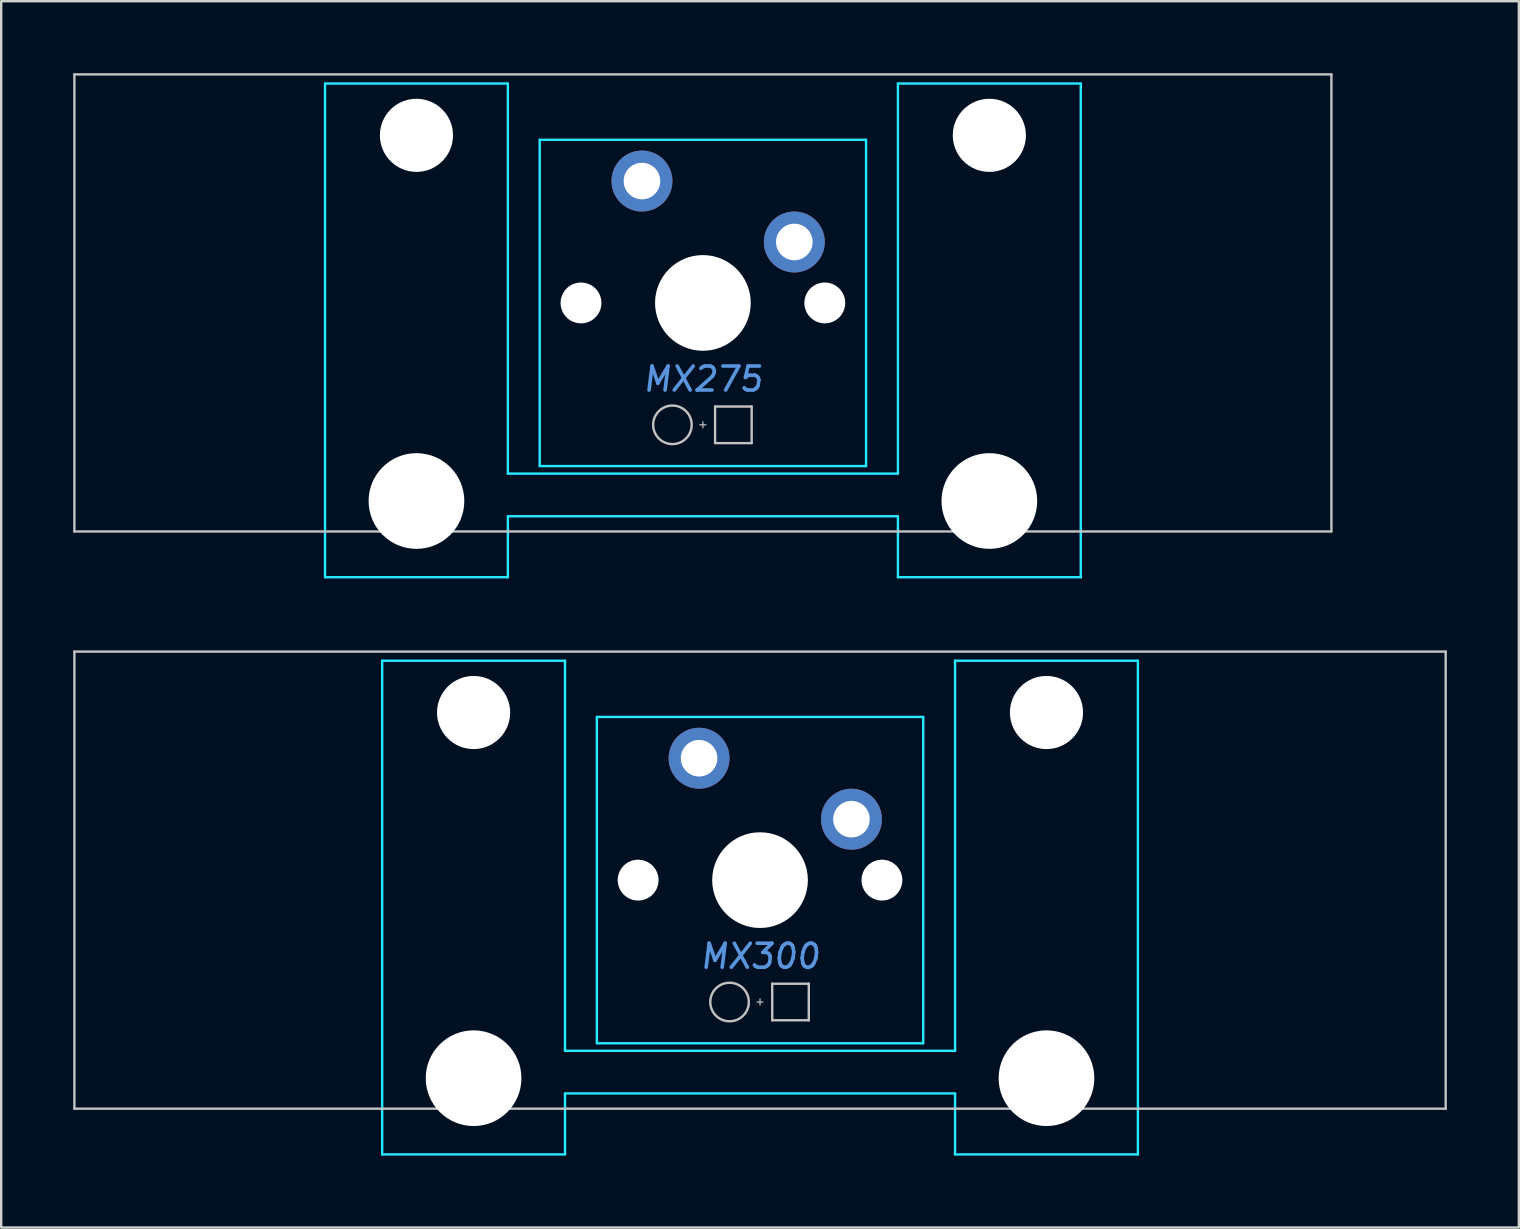
<source format=kicad_pcb>
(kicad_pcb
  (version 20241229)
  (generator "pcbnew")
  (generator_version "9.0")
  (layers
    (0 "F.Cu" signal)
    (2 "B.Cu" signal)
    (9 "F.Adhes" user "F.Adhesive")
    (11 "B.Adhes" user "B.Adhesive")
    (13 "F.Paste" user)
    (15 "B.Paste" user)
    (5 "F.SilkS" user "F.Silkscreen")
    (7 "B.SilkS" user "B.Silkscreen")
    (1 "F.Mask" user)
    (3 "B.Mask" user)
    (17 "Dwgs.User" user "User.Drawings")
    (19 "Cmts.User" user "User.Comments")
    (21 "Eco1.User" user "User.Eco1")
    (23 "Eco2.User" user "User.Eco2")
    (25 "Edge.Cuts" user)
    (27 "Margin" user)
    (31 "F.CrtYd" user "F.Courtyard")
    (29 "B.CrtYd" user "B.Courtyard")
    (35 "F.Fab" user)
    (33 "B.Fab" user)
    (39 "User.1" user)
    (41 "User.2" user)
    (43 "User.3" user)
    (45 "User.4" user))
  (footprint "MX275"
    (layer "F.Cu")
    (at 26.244 9.575)
    (property "Reference" "MX275" (at 0 3.175 0) (layer "Cmts.User") (effects (font (size 1 1) (thickness 0.15) (italic yes))))
    (attr through_hole)
    (fp_line (start -26.194 -9.525) (end -26.194 9.525) (stroke (width 0.1) (type solid)) (layer "Dwgs.User"))
    (fp_line (start -26.194 -9.525) (end 26.194 -9.525) (stroke (width 0.1) (type solid)) (layer "Dwgs.User"))
    (fp_line (start -26.194 9.525) (end 26.194 9.525) (stroke (width 0.1) (type solid)) (layer "Dwgs.User"))
    (fp_line (start -0.127 5.08) (end 0.127 5.08) (stroke (width 0.05) (type solid)) (layer "Dwgs.User"))
    (fp_line (start 0 5.207) (end 0 4.953) (stroke (width 0.05) (type solid)) (layer "Dwgs.User"))
    (fp_line (start 0.508 4.318) (end 0.508 5.842) (stroke (width 0.1) (type solid)) (layer "Dwgs.User"))
    (fp_line (start 0.508 4.318) (end 2.032 4.318) (stroke (width 0.1) (type solid)) (layer "Dwgs.User"))
    (fp_line (start 0.508 5.842) (end 2.032 5.842) (stroke (width 0.1) (type solid)) (layer "Dwgs.User"))
    (fp_line (start 2.032 5.842) (end 2.032 4.318) (stroke (width 0.1) (type solid)) (layer "Dwgs.User"))
    (fp_line (start 26.194 -9.525) (end 26.194 9.525) (stroke (width 0.1) (type solid)) (layer "Dwgs.User"))
    (fp_circle (center -1.27 5.08) (end -0.467 5.08) (stroke (width 0.1) (type solid)) (fill no) (layer "Dwgs.User"))
    (fp_line (start -15.438 -5.485) (end -15.438 8.515) (stroke (width 0.1) (type solid)) (layer "Eco1.User"))
    (fp_line (start -14.938 -5.985) (end -8.938 -5.985) (stroke (width 0.1) (type solid)) (layer "Eco1.User"))
    (fp_line (start -8.938 9.015) (end -14.938 9.015) (stroke (width 0.1) (type solid)) (layer "Eco1.User"))
    (fp_line (start -8.438 8.515) (end -8.438 -5.485) (stroke (width 0.1) (type solid)) (layer "Eco1.User"))
    (fp_line (start -7 -6.5) (end -7 6.5) (stroke (width 0.1) (type solid)) (layer "Eco1.User"))
    (fp_line (start -6.5 7) (end 6.5 7) (stroke (width 0.1) (type solid)) (layer "Eco1.User"))
    (fp_line (start 6.5 -7) (end -6.5 -7) (stroke (width 0.1) (type solid)) (layer "Eco1.User"))
    (fp_line (start 7 6.5) (end 7 -6.5) (stroke (width 0.1) (type solid)) (layer "Eco1.User"))
    (fp_line (start 8.438 -5.485) (end 8.438 8.515) (stroke (width 0.1) (type solid)) (layer "Eco1.User"))
    (fp_line (start 8.938 -5.985) (end 14.938 -5.985) (stroke (width 0.1) (type solid)) (layer "Eco1.User"))
    (fp_line (start 14.938 9.015) (end 8.938 9.015) (stroke (width 0.1) (type solid)) (layer "Eco1.User"))
    (fp_line (start 15.438 8.515) (end 15.438 -5.485) (stroke (width 0.1) (type solid)) (layer "Eco1.User"))
    (fp_arc (start -15.438 -5.485) (mid -15.291553 -5.838553) (end -14.938 -5.985) (stroke (width 0.1) (type solid)) (layer "Eco1.User"))
    (fp_arc (start -14.938 9.015) (mid -15.291553 8.868553) (end -15.438 8.515) (stroke (width 0.1) (type solid)) (layer "Eco1.User"))
    (fp_arc (start -8.938 -5.985) (mid -8.584447 -5.838553) (end -8.438 -5.485) (stroke (width 0.1) (type solid)) (layer "Eco1.User"))
    (fp_arc (start -8.438 8.515) (mid -8.584447 8.868553) (end -8.938 9.015) (stroke (width 0.1) (type solid)) (layer "Eco1.User"))
    (fp_arc (start -7 -6.5) (mid -6.853553 -6.853553) (end -6.5 -7) (stroke (width 0.1) (type solid)) (layer "Eco1.User"))
    (fp_arc (start -6.5 7) (mid -6.853553 6.853553) (end -7 6.5) (stroke (width 0.1) (type solid)) (layer "Eco1.User"))
    (fp_arc (start 6.5 -7) (mid 6.853553 -6.853553) (end 7 -6.5) (stroke (width 0.1) (type solid)) (layer "Eco1.User"))
    (fp_arc (start 7 6.5) (mid 6.853553 6.853553) (end 6.5 7) (stroke (width 0.1) (type solid)) (layer "Eco1.User"))
    (fp_arc (start 8.438 -5.485) (mid 8.584447 -5.838553) (end 8.938 -5.985) (stroke (width 0.1) (type solid)) (layer "Eco1.User"))
    (fp_arc (start 8.938 9.015) (mid 8.584447 8.868553) (end 8.438 8.515) (stroke (width 0.1) (type solid)) (layer "Eco1.User"))
    (fp_arc (start 14.938 -5.985) (mid 15.291553 -5.838553) (end 15.438 -5.485) (stroke (width 0.1) (type solid)) (layer "Eco1.User"))
    (fp_arc (start 15.438 8.515) (mid 15.291553 8.868553) (end 14.938 9.015) (stroke (width 0.1) (type solid)) (layer "Eco1.User"))
    (fp_line (start -15.748 -9.144) (end -8.128 -9.144) (stroke (width 0.1) (type solid)) (layer "B.CrtYd"))
    (fp_line (start -15.748 11.43) (end -15.748 -9.144) (stroke (width 0.1) (type solid)) (layer "B.CrtYd"))
    (fp_line (start -8.128 -9.144) (end -8.128 7.112) (stroke (width 0.1) (type solid)) (layer "B.CrtYd"))
    (fp_line (start -8.128 7.112) (end 8.128 7.112) (stroke (width 0.1) (type solid)) (layer "B.CrtYd"))
    (fp_line (start -8.128 8.89) (end 8.128 8.89) (stroke (width 0.1) (type solid)) (layer "B.CrtYd"))
    (fp_line (start -8.128 11.43) (end -15.748 11.43) (stroke (width 0.1) (type solid)) (layer "B.CrtYd"))
    (fp_line (start -8.128 11.43) (end -8.128 8.89) (stroke (width 0.1) (type solid)) (layer "B.CrtYd"))
    (fp_line (start -6.8 6.8) (end -6.8 -6.8) (stroke (width 0.1) (type solid)) (layer "B.CrtYd"))
    (fp_line (start 6.8 -6.8) (end -6.8 -6.8) (stroke (width 0.1) (type solid)) (layer "B.CrtYd"))
    (fp_line (start 6.8 6.8) (end -6.8 6.8) (stroke (width 0.1) (type solid)) (layer "B.CrtYd"))
    (fp_line (start 6.8 6.8) (end 6.8 -6.8) (stroke (width 0.1) (type solid)) (layer "B.CrtYd"))
    (fp_line (start 8.128 -9.144) (end 8.128 7.112) (stroke (width 0.1) (type solid)) (layer "B.CrtYd"))
    (fp_line (start 8.128 -9.144) (end 15.748 -9.144) (stroke (width 0.1) (type solid)) (layer "B.CrtYd"))
    (fp_line (start 8.128 11.43) (end 8.128 8.89) (stroke (width 0.1) (type solid)) (layer "B.CrtYd"))
    (fp_line (start 15.748 -9.144) (end 15.748 11.43) (stroke (width 0.1) (type solid)) (layer "B.CrtYd"))
    (fp_line (start 15.748 11.43) (end 8.128 11.43) (stroke (width 0.1) (type solid)) (layer "B.CrtYd"))
    (pad "" np_thru_hole circle (at -11.938 -6.985) (size 3.048 3.048) (drill 3.048) (layers "*.Cu" "*.Mask"))
    (pad "" np_thru_hole circle (at -11.938 8.255) (size 3.988 3.988) (drill 3.988) (layers "*.Cu" "*.Mask"))
    (pad "" np_thru_hole circle (at -5.08 0) (size 1.702 1.702) (drill 1.702) (layers "*.Cu" "*.Mask"))
    (pad "" np_thru_hole circle (at 0 0) (size 3.988 3.988) (drill 3.988) (layers "*.Cu" "*.Mask"))
    (pad "" np_thru_hole circle (at 5.08 0) (size 1.702 1.702) (drill 1.702) (layers "*.Cu" "*.Mask"))
    (pad "" np_thru_hole circle (at 11.938 -6.985) (size 3.048 3.048) (drill 3.048) (layers "*.Cu" "*.Mask"))
    (pad "" np_thru_hole circle (at 11.938 8.255) (size 3.988 3.988) (drill 3.988) (layers "*.Cu" "*.Mask"))
    (pad "1" thru_hole circle (at 3.81 -2.54) (size 2.54 2.54) (drill 1.524) (layers "*.Cu" "*.Mask"))
    (pad "2" thru_hole circle (at -2.54 -5.08) (size 2.54 2.54) (drill 1.524) (layers "*.Cu" "*.Mask")))
  (footprint "MX300"
    (layer "F.Cu")
    (at 28.625 33.63)
    (property "Reference" "MX300" (at 0 3.175 0) (layer "Cmts.User") (effects (font (size 1 1) (thickness 0.15) (italic yes))))
    (attr through_hole)
    (fp_line (start -28.575 -9.525) (end -28.575 9.525) (stroke (width 0.1) (type solid)) (layer "Dwgs.User"))
    (fp_line (start -28.575 -9.525) (end 28.575 -9.525) (stroke (width 0.1) (type solid)) (layer "Dwgs.User"))
    (fp_line (start -28.575 9.525) (end 28.575 9.525) (stroke (width 0.1) (type solid)) (layer "Dwgs.User"))
    (fp_line (start -0.127 5.08) (end 0.127 5.08) (stroke (width 0.05) (type solid)) (layer "Dwgs.User"))
    (fp_line (start 0 5.207) (end 0 4.953) (stroke (width 0.05) (type solid)) (layer "Dwgs.User"))
    (fp_line (start 0.508 4.318) (end 0.508 5.842) (stroke (width 0.1) (type solid)) (layer "Dwgs.User"))
    (fp_line (start 0.508 4.318) (end 2.032 4.318) (stroke (width 0.1) (type solid)) (layer "Dwgs.User"))
    (fp_line (start 0.508 5.842) (end 2.032 5.842) (stroke (width 0.1) (type solid)) (layer "Dwgs.User"))
    (fp_line (start 2.032 5.842) (end 2.032 4.318) (stroke (width 0.1) (type solid)) (layer "Dwgs.User"))
    (fp_line (start 28.575 -9.525) (end 28.575 9.525) (stroke (width 0.1) (type solid)) (layer "Dwgs.User"))
    (fp_circle (center -1.27 5.08) (end -0.467 5.08) (stroke (width 0.1) (type solid)) (fill no) (layer "Dwgs.User"))
    (fp_line (start -15.438 -5.485) (end -15.438 8.515) (stroke (width 0.1) (type solid)) (layer "Eco1.User"))
    (fp_line (start -14.938 -5.985) (end -8.938 -5.985) (stroke (width 0.1) (type solid)) (layer "Eco1.User"))
    (fp_line (start -8.938 9.015) (end -14.938 9.015) (stroke (width 0.1) (type solid)) (layer "Eco1.User"))
    (fp_line (start -8.438 8.515) (end -8.438 -5.485) (stroke (width 0.1) (type solid)) (layer "Eco1.User"))
    (fp_line (start -7 -6.5) (end -7 6.5) (stroke (width 0.1) (type solid)) (layer "Eco1.User"))
    (fp_line (start -6.5 7) (end 6.5 7) (stroke (width 0.1) (type solid)) (layer "Eco1.User"))
    (fp_line (start 6.5 -7) (end -6.5 -7) (stroke (width 0.1) (type solid)) (layer "Eco1.User"))
    (fp_line (start 7 6.5) (end 7 -6.5) (stroke (width 0.1) (type solid)) (layer "Eco1.User"))
    (fp_line (start 8.438 -5.485) (end 8.438 8.515) (stroke (width 0.1) (type solid)) (layer "Eco1.User"))
    (fp_line (start 8.938 -5.985) (end 14.938 -5.985) (stroke (width 0.1) (type solid)) (layer "Eco1.User"))
    (fp_line (start 14.938 9.015) (end 8.938 9.015) (stroke (width 0.1) (type solid)) (layer "Eco1.User"))
    (fp_line (start 15.438 8.515) (end 15.438 -5.485) (stroke (width 0.1) (type solid)) (layer "Eco1.User"))
    (fp_arc (start -15.438 -5.485) (mid -15.291553 -5.838553) (end -14.938 -5.985) (stroke (width 0.1) (type solid)) (layer "Eco1.User"))
    (fp_arc (start -14.938 9.015) (mid -15.291553 8.868553) (end -15.438 8.515) (stroke (width 0.1) (type solid)) (layer "Eco1.User"))
    (fp_arc (start -8.938 -5.985) (mid -8.584447 -5.838553) (end -8.438 -5.485) (stroke (width 0.1) (type solid)) (layer "Eco1.User"))
    (fp_arc (start -8.438 8.515) (mid -8.584447 8.868553) (end -8.938 9.015) (stroke (width 0.1) (type solid)) (layer "Eco1.User"))
    (fp_arc (start -7 -6.5) (mid -6.853553 -6.853553) (end -6.5 -7) (stroke (width 0.1) (type solid)) (layer "Eco1.User"))
    (fp_arc (start -6.5 7) (mid -6.853553 6.853553) (end -7 6.5) (stroke (width 0.1) (type solid)) (layer "Eco1.User"))
    (fp_arc (start 6.5 -7) (mid 6.853553 -6.853553) (end 7 -6.5) (stroke (width 0.1) (type solid)) (layer "Eco1.User"))
    (fp_arc (start 7 6.5) (mid 6.853553 6.853553) (end 6.5 7) (stroke (width 0.1) (type solid)) (layer "Eco1.User"))
    (fp_arc (start 8.438 -5.485) (mid 8.584447 -5.838553) (end 8.938 -5.985) (stroke (width 0.1) (type solid)) (layer "Eco1.User"))
    (fp_arc (start 8.938 9.015) (mid 8.584447 8.868553) (end 8.438 8.515) (stroke (width 0.1) (type solid)) (layer "Eco1.User"))
    (fp_arc (start 14.938 -5.985) (mid 15.291553 -5.838553) (end 15.438 -5.485) (stroke (width 0.1) (type solid)) (layer "Eco1.User"))
    (fp_arc (start 15.438 8.515) (mid 15.291553 8.868553) (end 14.938 9.015) (stroke (width 0.1) (type solid)) (layer "Eco1.User"))
    (fp_line (start -15.748 -9.144) (end -8.128 -9.144) (stroke (width 0.1) (type solid)) (layer "B.CrtYd"))
    (fp_line (start -15.748 11.43) (end -15.748 -9.144) (stroke (width 0.1) (type solid)) (layer "B.CrtYd"))
    (fp_line (start -8.128 -9.144) (end -8.128 7.112) (stroke (width 0.1) (type solid)) (layer "B.CrtYd"))
    (fp_line (start -8.128 7.112) (end 8.128 7.112) (stroke (width 0.1) (type solid)) (layer "B.CrtYd"))
    (fp_line (start -8.128 8.89) (end 8.128 8.89) (stroke (width 0.1) (type solid)) (layer "B.CrtYd"))
    (fp_line (start -8.128 11.43) (end -15.748 11.43) (stroke (width 0.1) (type solid)) (layer "B.CrtYd"))
    (fp_line (start -8.128 11.43) (end -8.128 8.89) (stroke (width 0.1) (type solid)) (layer "B.CrtYd"))
    (fp_line (start -6.8 6.8) (end -6.8 -6.8) (stroke (width 0.1) (type solid)) (layer "B.CrtYd"))
    (fp_line (start 6.8 -6.8) (end -6.8 -6.8) (stroke (width 0.1) (type solid)) (layer "B.CrtYd"))
    (fp_line (start 6.8 6.8) (end -6.8 6.8) (stroke (width 0.1) (type solid)) (layer "B.CrtYd"))
    (fp_line (start 6.8 6.8) (end 6.8 -6.8) (stroke (width 0.1) (type solid)) (layer "B.CrtYd"))
    (fp_line (start 8.128 -9.144) (end 8.128 7.112) (stroke (width 0.1) (type solid)) (layer "B.CrtYd"))
    (fp_line (start 8.128 -9.144) (end 15.748 -9.144) (stroke (width 0.1) (type solid)) (layer "B.CrtYd"))
    (fp_line (start 8.128 11.43) (end 8.128 8.89) (stroke (width 0.1) (type solid)) (layer "B.CrtYd"))
    (fp_line (start 15.748 -9.144) (end 15.748 11.43) (stroke (width 0.1) (type solid)) (layer "B.CrtYd"))
    (fp_line (start 15.748 11.43) (end 8.128 11.43) (stroke (width 0.1) (type solid)) (layer "B.CrtYd"))
    (pad "" np_thru_hole circle (at -11.938 -6.985) (size 3.048 3.048) (drill 3.048) (layers "*.Cu" "*.Mask"))
    (pad "" np_thru_hole circle (at -11.938 8.255) (size 3.988 3.988) (drill 3.988) (layers "*.Cu" "*.Mask"))
    (pad "" np_thru_hole circle (at -5.08 0) (size 1.702 1.702) (drill 1.702) (layers "*.Cu" "*.Mask"))
    (pad "" np_thru_hole circle (at 0 0) (size 3.988 3.988) (drill 3.988) (layers "*.Cu" "*.Mask"))
    (pad "" np_thru_hole circle (at 5.08 0) (size 1.702 1.702) (drill 1.702) (layers "*.Cu" "*.Mask"))
    (pad "" np_thru_hole circle (at 11.938 -6.985) (size 3.048 3.048) (drill 3.048) (layers "*.Cu" "*.Mask"))
    (pad "" np_thru_hole circle (at 11.938 8.255) (size 3.988 3.988) (drill 3.988) (layers "*.Cu" "*.Mask"))
    (pad "1" thru_hole circle (at 3.81 -2.54) (size 2.54 2.54) (drill 1.524) (layers "*.Cu" "*.Mask"))
    (pad "2" thru_hole circle (at -2.54 -5.08) (size 2.54 2.54) (drill 1.524) (layers "*.Cu" "*.Mask")))
  (gr_rect
    (start -3 -3)
    (end 60.25 48.11)
    (stroke (width 0.1) (type default))
    (fill no)
    (layer "Edge.Cuts")))
</source>
